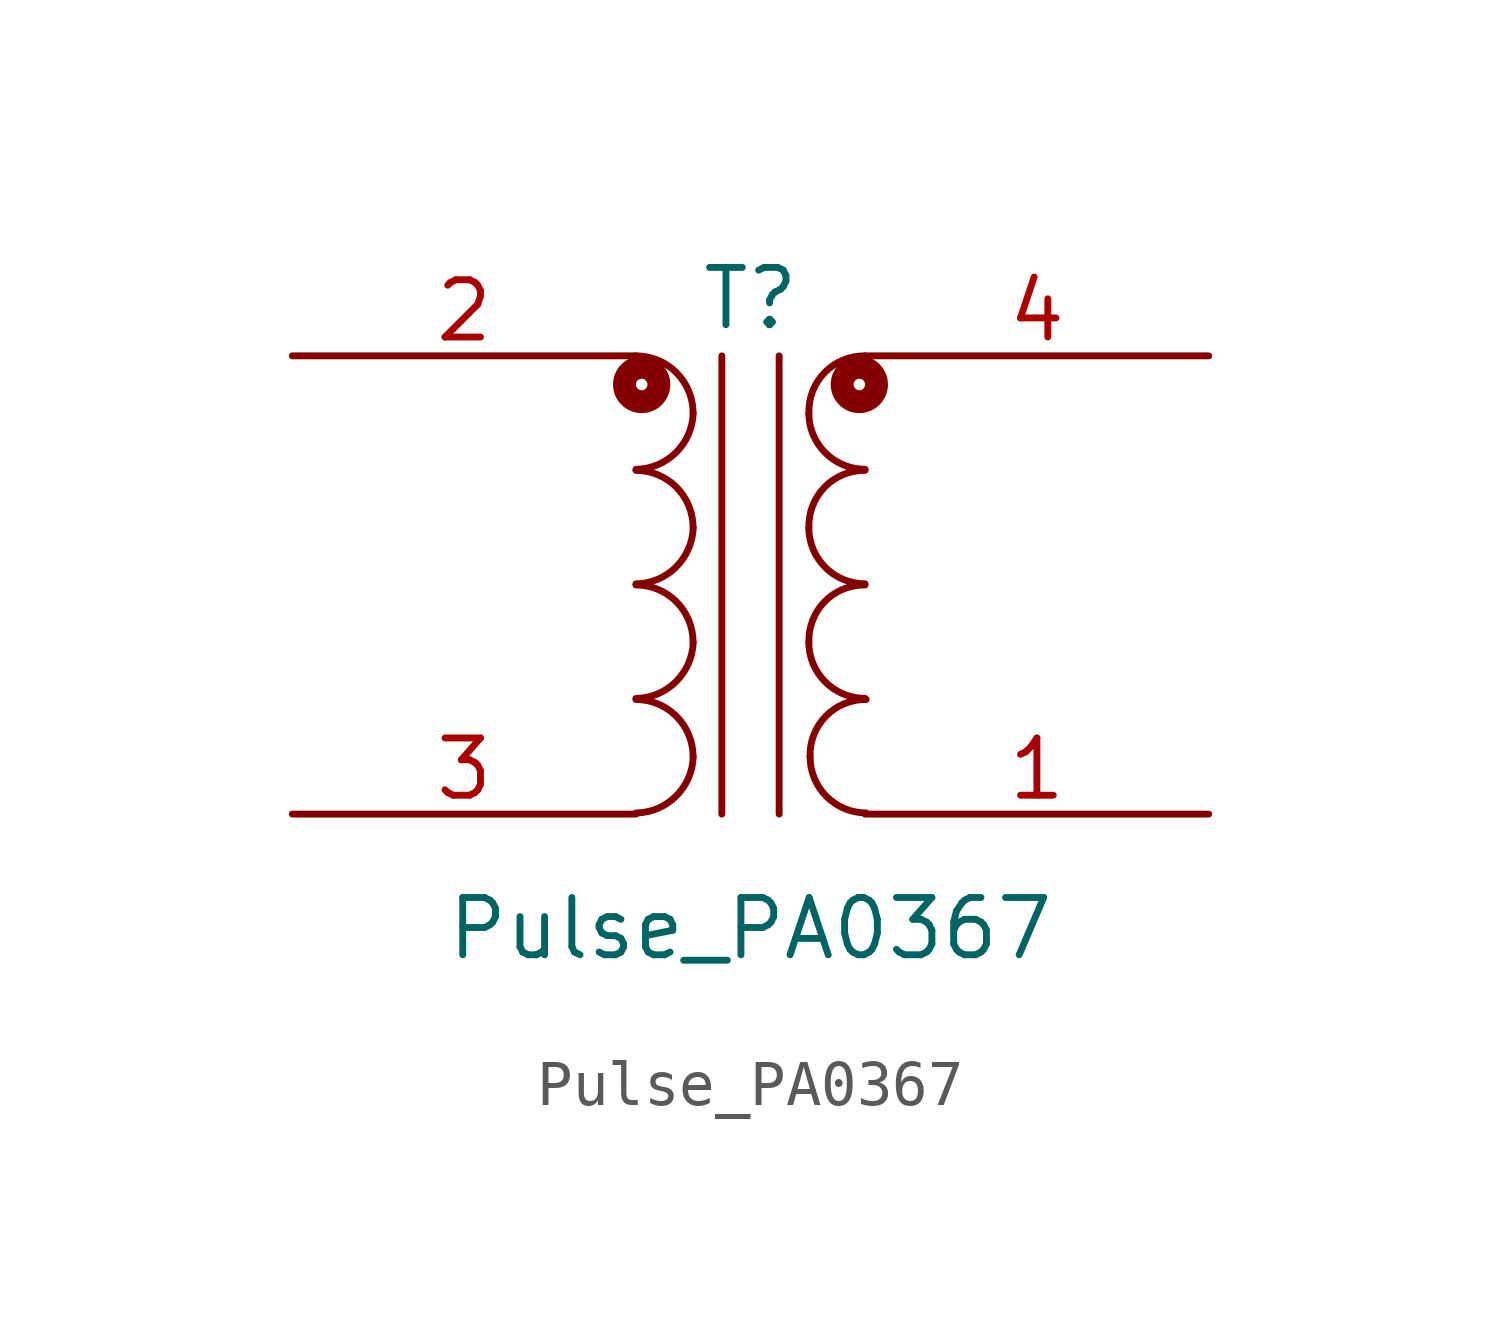
<source format=kicad_sym>
(kicad_symbol_lib
  (version 20211014)
  (generator kicad_symbol_editor)
  (symbol "Pulse_PA0367"
    (pin_names
      (offset 1.016) hide)
    (property "Reference" "T"
      (at 0 6.35 0)
      (effects (font (size 1.27 1.27))))
    (property "Value" "Pulse_PA0367"
      (at 0 -7.62 0)
      (effects (font (size 1.27 1.27))))
    (symbol "Pulse_PA0367_0_1"
      (arc (start -2.54 -5.0546) (mid -1.6599 -4.6901) (end -1.27 -3.81) (stroke (width 0) (type default) (color 0 0 0 0)) (fill (type none)))
      (arc (start -2.54 -2.5146) (mid -1.6599 -2.1501) (end -1.27 -1.27) (stroke (width 0) (type default) (color 0 0 0 0)) (fill (type none)))
      (arc (start -2.54 0.0254) (mid -1.6599 0.3899) (end -1.27 1.27) (stroke (width 0) (type default) (color 0 0 0 0)) (fill (type none)))
      (arc (start -2.54 2.5654) (mid -1.6599 2.9299) (end -1.27 3.81) (stroke (width 0) (type default) (color 0 0 0 0)) (fill (type none)))
      (circle (center -2.413 4.445) (radius 0.127) (stroke (width 0.508) (type default) (color 0 0 0 0)) (fill (type none)))
      (arc (start -1.27 -3.81) (mid -1.642 -2.912) (end -2.54 -2.54) (stroke (width 0) (type default) (color 0 0 0 0)) (fill (type none)))
      (arc (start -1.27 -1.27) (mid -1.642 -0.372) (end -2.54 0) (stroke (width 0) (type default) (color 0 0 0 0)) (fill (type none)))
      (arc (start -1.27 1.27) (mid -1.642 2.168) (end -2.54 2.54) (stroke (width 0) (type default) (color 0 0 0 0)) (fill (type none)))
      (arc (start -1.27 3.81) (mid -1.642 4.708) (end -2.54 5.08) (stroke (width 0) (type default) (color 0 0 0 0)) (fill (type none)))
      (polyline (pts (xy -0.635 5.08) (xy -0.635 -5.08)) (stroke (width 0) (type default) (color 0 0 0 0)) (fill (type none)))
      (polyline (pts (xy 0.635 -5.08) (xy 0.635 5.08)) (stroke (width 0) (type default) (color 0 0 0 0)) (fill (type none)))
      (arc (start 1.2954 -1.27) (mid 1.6599 -2.1501) (end 2.54 -2.5146) (stroke (width 0) (type default) (color 0 0 0 0)) (fill (type none)))
      (arc (start 1.2954 1.27) (mid 1.6599 0.3899) (end 2.54 0.0254) (stroke (width 0) (type default) (color 0 0 0 0)) (fill (type none)))
      (arc (start 1.2954 3.81) (mid 1.6599 2.9299) (end 2.54 2.5654) (stroke (width 0) (type default) (color 0 0 0 0)) (fill (type none)))
      (arc (start 1.3208 -3.81) (mid 1.6853 -4.6901) (end 2.5654 -5.0546) (stroke (width 0) (type default) (color 0 0 0 0)) (fill (type none)))
      (circle (center 2.413 4.445) (radius 0.127) (stroke (width 0.508) (type default) (color 0 0 0 0)) (fill (type none)))
      (arc (start 2.54 0) (mid 1.642 -0.372) (end 1.2954 -1.27) (stroke (width 0) (type default) (color 0 0 0 0)) (fill (type none)))
      (arc (start 2.54 2.54) (mid 1.642 2.168) (end 1.2954 1.27) (stroke (width 0) (type default) (color 0 0 0 0)) (fill (type none)))
      (arc (start 2.54 5.08) (mid 1.642 4.708) (end 1.2954 3.81) (stroke (width 0) (type default) (color 0 0 0 0)) (fill (type none)))
      (arc (start 2.5654 -2.54) (mid 1.6674 -2.912) (end 1.3208 -3.81) (stroke (width 0) (type default) (color 0 0 0 0)) (fill (type none))))
    (symbol "Pulse_PA0367_1_1"
      (pin passive line (at 10.16 -5.08 180) (length 7.62) (name "SA" (effects (font (size 1.27 1.27)))) (number "1" (effects (font (size 1.27 1.27)))))
      (pin passive line (at -10.16 5.08 0) (length 7.62) (name "AA" (effects (font (size 1.27 1.27)))) (number "2" (effects (font (size 1.27 1.27)))))
      (pin passive line (at -10.16 -5.08 0) (length 7.62) (name "AB" (effects (font (size 1.27 1.27)))) (number "3" (effects (font (size 1.27 1.27)))))
      (pin passive line (at 10.16 5.08 180) (length 7.62) (name "SB" (effects (font (size 1.27 1.27)))) (number "4" (effects (font (size 1.27 1.27))))))))
</source>
